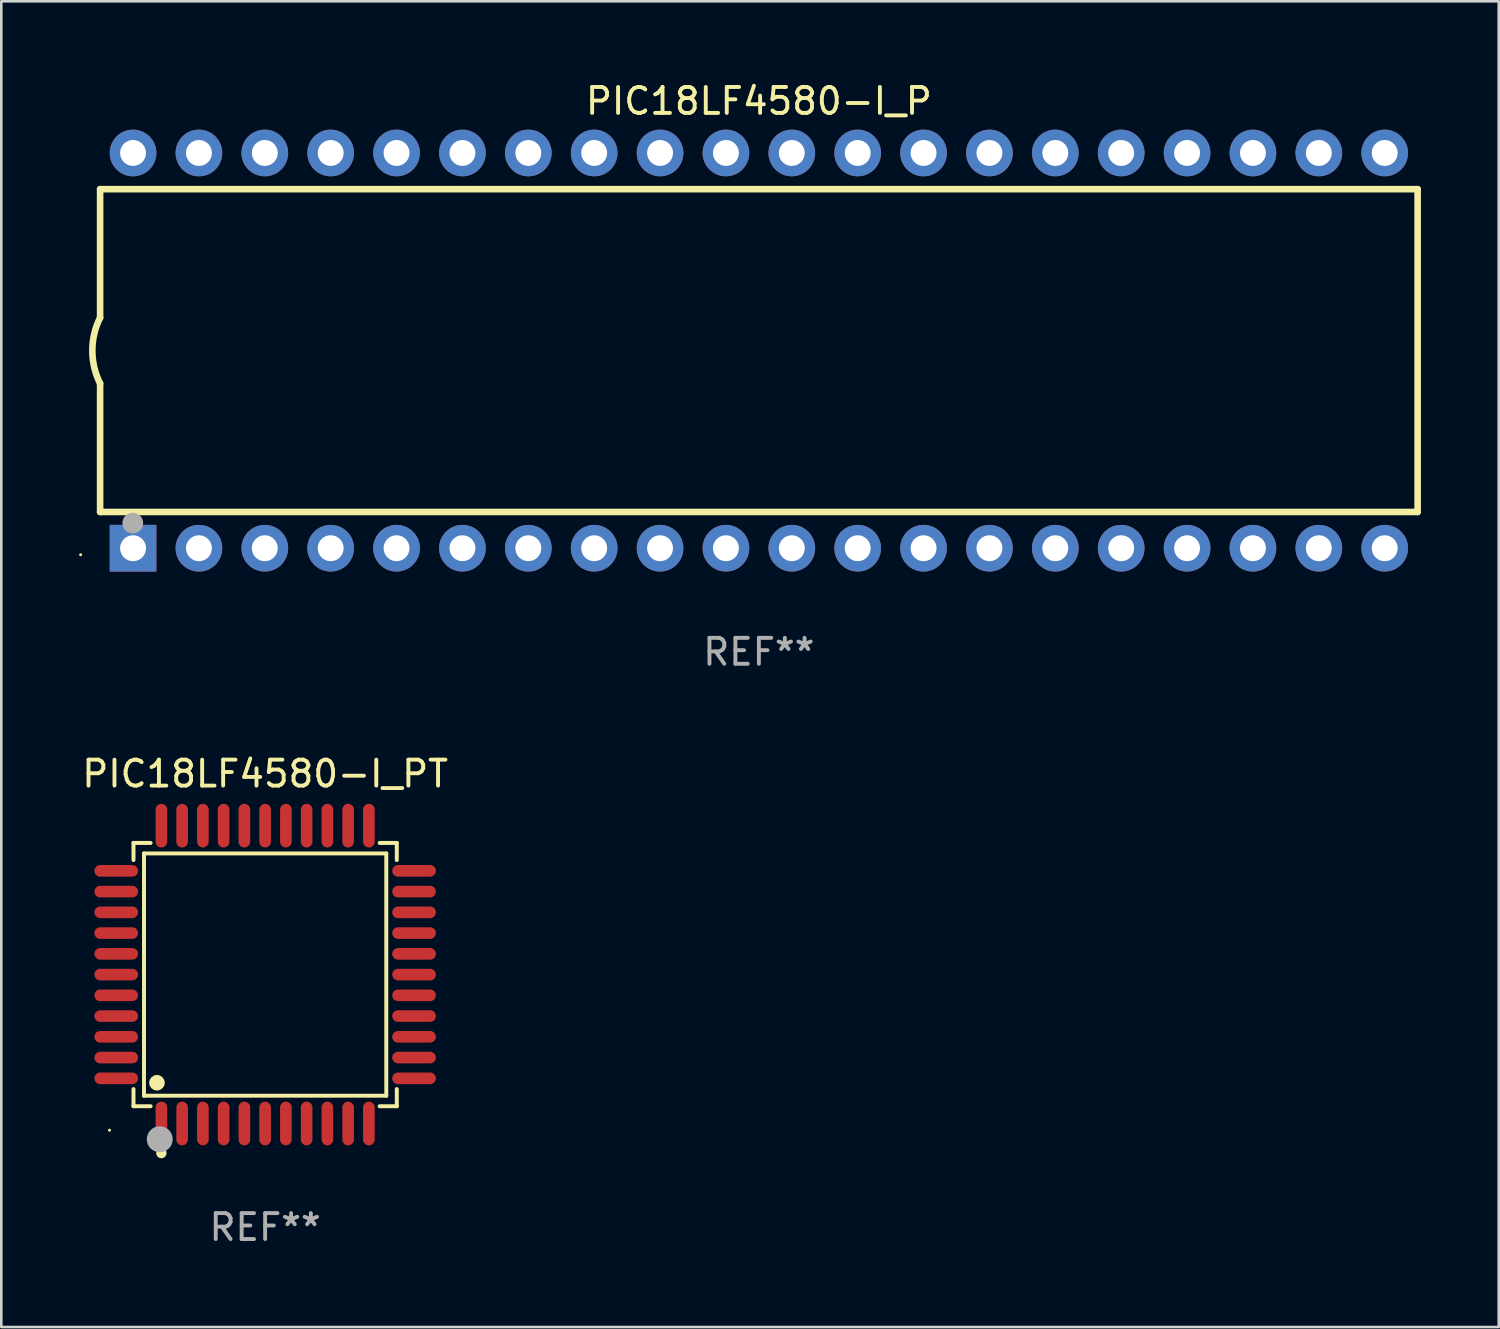
<source format=kicad_pcb>
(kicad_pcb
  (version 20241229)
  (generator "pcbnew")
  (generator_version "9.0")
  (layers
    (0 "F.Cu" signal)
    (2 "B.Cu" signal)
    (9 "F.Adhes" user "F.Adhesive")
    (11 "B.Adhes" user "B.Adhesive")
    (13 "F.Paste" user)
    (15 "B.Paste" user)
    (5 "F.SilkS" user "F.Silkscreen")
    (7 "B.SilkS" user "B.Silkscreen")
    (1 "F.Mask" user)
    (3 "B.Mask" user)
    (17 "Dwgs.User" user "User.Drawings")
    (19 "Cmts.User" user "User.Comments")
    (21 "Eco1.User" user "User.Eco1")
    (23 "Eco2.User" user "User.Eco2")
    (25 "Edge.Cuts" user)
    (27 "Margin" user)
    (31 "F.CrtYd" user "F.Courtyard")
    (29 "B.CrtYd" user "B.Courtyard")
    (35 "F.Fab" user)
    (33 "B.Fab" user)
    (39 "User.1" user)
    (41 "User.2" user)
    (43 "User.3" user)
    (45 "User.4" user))
  (footprint "PIC18LF4580-I_PT"
    (layer "F.Cu")
    (at 7.173 34.527)
    (property "Reference" "PIC18LF4580-I_PT" (at 0 -7.742 0) (layer "F.SilkS") (effects (font (size 1 1) (thickness 0.15))))
    (attr through_hole)
    (fp_line (start -5.076 -5.076) (end -4.415 -5.076) (stroke (width 0.152) (type solid)) (layer "F.SilkS"))
    (fp_line (start -5.076 -4.415) (end -5.076 -5.076) (stroke (width 0.152) (type solid)) (layer "F.SilkS"))
    (fp_line (start -5.076 4.415) (end -5.076 5.076) (stroke (width 0.152) (type solid)) (layer "F.SilkS"))
    (fp_line (start -5.076 5.076) (end -4.415 5.076) (stroke (width 0.152) (type solid)) (layer "F.SilkS"))
    (fp_line (start -4.671 -4.671) (end 4.671 -4.671) (stroke (width 0.152) (type solid)) (layer "F.SilkS"))
    (fp_line (start -4.671 4.671) (end -4.671 -4.671) (stroke (width 0.152) (type solid)) (layer "F.SilkS"))
    (fp_line (start 4.671 -4.671) (end 4.671 4.671) (stroke (width 0.152) (type solid)) (layer "F.SilkS"))
    (fp_line (start 4.671 4.671) (end -4.671 4.671) (stroke (width 0.152) (type solid)) (layer "F.SilkS"))
    (fp_line (start 5.076 -5.076) (end 4.415 -5.076) (stroke (width 0.152) (type solid)) (layer "F.SilkS"))
    (fp_line (start 5.076 -4.415) (end 5.076 -5.076) (stroke (width 0.152) (type solid)) (layer "F.SilkS"))
    (fp_line (start 5.076 4.415) (end 5.076 5.076) (stroke (width 0.152) (type solid)) (layer "F.SilkS"))
    (fp_line (start 5.076 5.076) (end 4.415 5.076) (stroke (width 0.152) (type solid)) (layer "F.SilkS"))
    (fp_circle (center -6 6) (end -5.97 6) (stroke (width 0.06) (type solid)) (fill no) (layer "F.SilkS"))
    (fp_circle (center -4.171 4.171) (end -4.021 4.171) (stroke (width 0.3) (type solid)) (fill no) (layer "F.SilkS"))
    (fp_circle (center -4 6.884) (end -3.9 6.884) (stroke (width 0.2) (type solid)) (fill no) (layer "F.SilkS"))
    (fp_circle (center -4.064 6.35) (end -3.814 6.35) (stroke (width 0.5) (type solid)) (fill no) (layer "F.Fab"))
    (fp_text user "REF**" (at 0 9.742 0) (layer "F.Fab") (effects (font (size 1 1) (thickness 0.15))))
    (pad "1" smd oval (at -4 5.742) (size 0.448 1.684) (layers "F.Cu" "F.Mask" "F.Paste"))
    (pad "2" smd oval (at -3.2 5.742) (size 0.448 1.684) (layers "F.Cu" "F.Mask" "F.Paste"))
    (pad "3" smd oval (at -2.4 5.742) (size 0.448 1.684) (layers "F.Cu" "F.Mask" "F.Paste"))
    (pad "4" smd oval (at -1.6 5.742) (size 0.448 1.684) (layers "F.Cu" "F.Mask" "F.Paste"))
    (pad "5" smd oval (at -0.8 5.742) (size 0.448 1.684) (layers "F.Cu" "F.Mask" "F.Paste"))
    (pad "6" smd oval (at 0 5.742) (size 0.448 1.684) (layers "F.Cu" "F.Mask" "F.Paste"))
    (pad "7" smd oval (at 0.8 5.742) (size 0.448 1.684) (layers "F.Cu" "F.Mask" "F.Paste"))
    (pad "8" smd oval (at 1.6 5.742) (size 0.448 1.684) (layers "F.Cu" "F.Mask" "F.Paste"))
    (pad "9" smd oval (at 2.4 5.742) (size 0.448 1.684) (layers "F.Cu" "F.Mask" "F.Paste"))
    (pad "10" smd oval (at 3.2 5.742) (size 0.448 1.684) (layers "F.Cu" "F.Mask" "F.Paste"))
    (pad "11" smd oval (at 4 5.742) (size 0.448 1.684) (layers "F.Cu" "F.Mask" "F.Paste"))
    (pad "12" smd oval (at 5.742 4) (size 1.684 0.448) (layers "F.Cu" "F.Mask" "F.Paste"))
    (pad "13" smd oval (at 5.742 3.2) (size 1.684 0.448) (layers "F.Cu" "F.Mask" "F.Paste"))
    (pad "14" smd oval (at 5.742 2.4) (size 1.684 0.448) (layers "F.Cu" "F.Mask" "F.Paste"))
    (pad "15" smd oval (at 5.742 1.6) (size 1.684 0.448) (layers "F.Cu" "F.Mask" "F.Paste"))
    (pad "16" smd oval (at 5.742 0.8) (size 1.684 0.448) (layers "F.Cu" "F.Mask" "F.Paste"))
    (pad "17" smd oval (at 5.742 0) (size 1.684 0.448) (layers "F.Cu" "F.Mask" "F.Paste"))
    (pad "18" smd oval (at 5.742 -0.8) (size 1.684 0.448) (layers "F.Cu" "F.Mask" "F.Paste"))
    (pad "19" smd oval (at 5.742 -1.6) (size 1.684 0.448) (layers "F.Cu" "F.Mask" "F.Paste"))
    (pad "20" smd oval (at 5.742 -2.4) (size 1.684 0.448) (layers "F.Cu" "F.Mask" "F.Paste"))
    (pad "21" smd oval (at 5.742 -3.2) (size 1.684 0.448) (layers "F.Cu" "F.Mask" "F.Paste"))
    (pad "22" smd oval (at 5.742 -4) (size 1.684 0.448) (layers "F.Cu" "F.Mask" "F.Paste"))
    (pad "23" smd oval (at 4 -5.742) (size 0.448 1.684) (layers "F.Cu" "F.Mask" "F.Paste"))
    (pad "24" smd oval (at 3.2 -5.742) (size 0.448 1.684) (layers "F.Cu" "F.Mask" "F.Paste"))
    (pad "25" smd oval (at 2.4 -5.742) (size 0.448 1.684) (layers "F.Cu" "F.Mask" "F.Paste"))
    (pad "26" smd oval (at 1.6 -5.742) (size 0.448 1.684) (layers "F.Cu" "F.Mask" "F.Paste"))
    (pad "27" smd oval (at 0.8 -5.742) (size 0.448 1.684) (layers "F.Cu" "F.Mask" "F.Paste"))
    (pad "28" smd oval (at 0 -5.742) (size 0.448 1.684) (layers "F.Cu" "F.Mask" "F.Paste"))
    (pad "29" smd oval (at -0.8 -5.742) (size 0.448 1.684) (layers "F.Cu" "F.Mask" "F.Paste"))
    (pad "30" smd oval (at -1.6 -5.742) (size 0.448 1.684) (layers "F.Cu" "F.Mask" "F.Paste"))
    (pad "31" smd oval (at -2.4 -5.742) (size 0.448 1.684) (layers "F.Cu" "F.Mask" "F.Paste"))
    (pad "32" smd oval (at -3.2 -5.742) (size 0.448 1.684) (layers "F.Cu" "F.Mask" "F.Paste"))
    (pad "33" smd oval (at -4 -5.742) (size 0.448 1.684) (layers "F.Cu" "F.Mask" "F.Paste"))
    (pad "34" smd oval (at -5.742 -4) (size 1.684 0.448) (layers "F.Cu" "F.Mask" "F.Paste"))
    (pad "35" smd oval (at -5.742 -3.2) (size 1.684 0.448) (layers "F.Cu" "F.Mask" "F.Paste"))
    (pad "36" smd oval (at -5.742 -2.4) (size 1.684 0.448) (layers "F.Cu" "F.Mask" "F.Paste"))
    (pad "37" smd oval (at -5.742 -1.6) (size 1.684 0.448) (layers "F.Cu" "F.Mask" "F.Paste"))
    (pad "38" smd oval (at -5.742 -0.8) (size 1.684 0.448) (layers "F.Cu" "F.Mask" "F.Paste"))
    (pad "39" smd oval (at -5.742 0) (size 1.684 0.448) (layers "F.Cu" "F.Mask" "F.Paste"))
    (pad "40" smd oval (at -5.742 0.8) (size 1.684 0.448) (layers "F.Cu" "F.Mask" "F.Paste"))
    (pad "41" smd oval (at -5.742 1.6) (size 1.684 0.448) (layers "F.Cu" "F.Mask" "F.Paste"))
    (pad "42" smd oval (at -5.742 2.4) (size 1.684 0.448) (layers "F.Cu" "F.Mask" "F.Paste"))
    (pad "43" smd oval (at -5.742 3.2) (size 1.684 0.448) (layers "F.Cu" "F.Mask" "F.Paste"))
    (pad "44" smd oval (at -5.742 4) (size 1.684 0.448) (layers "F.Cu" "F.Mask" "F.Paste")))
  (footprint "PIC18LF4580-I_P"
    (layer "F.Cu")
    (at 26.21 10.468)
    (property "Reference" "PIC18LF4580-I_P" (at 0 -9.62 0) (layer "F.SilkS") (effects (font (size 1 1) (thickness 0.15))))
    (attr through_hole)
    (fp_line (start -25.4 -6.224) (end -25.4 -1.271) (stroke (width 0.254) (type solid)) (layer "F.SilkS"))
    (fp_line (start -25.4 -6.224) (end 25.4 -6.224) (stroke (width 0.254) (type solid)) (layer "F.SilkS"))
    (fp_line (start -25.4 1.269) (end -25.4 6.222) (stroke (width 0.254) (type solid)) (layer "F.SilkS"))
    (fp_line (start -25.4 6.222) (end 25.4 6.222) (stroke (width 0.254) (type solid)) (layer "F.SilkS"))
    (fp_line (start 25.4 6.222) (end 25.4 -6.224) (stroke (width 0.254) (type solid)) (layer "F.SilkS"))
    (fp_arc (start -25.4 1.269241) (mid -25.699807 -0.000762) (end -25.4 -1.270765) (stroke (width 0.254001) (type solid)) (layer "F.SilkS"))
    (fp_circle (center -26.15 7.87) (end -26.12 7.87) (stroke (width 0.06) (type solid)) (fill no) (layer "F.SilkS"))
    (fp_circle (center -24.14 6.65) (end -23.94 6.65) (stroke (width 0.4) (type solid)) (fill no) (layer "F.Fab"))
    (fp_text user "REF**" (at 0 11.62 0) (layer "F.Fab") (effects (font (size 1 1) (thickness 0.15))))
    (pad "1" thru_hole rect (at -24.13 7.62 90) (size 1.8 1.8) (drill 1) (layers "*.Cu" "*.Mask"))
    (pad "2" thru_hole circle (at -21.59 7.62) (size 1.8 1.8) (drill 1) (layers "*.Cu" "*.Mask"))
    (pad "3" thru_hole circle (at -19.05 7.62) (size 1.8 1.8) (drill 1) (layers "*.Cu" "*.Mask"))
    (pad "4" thru_hole circle (at -16.51 7.62) (size 1.8 1.8) (drill 1) (layers "*.Cu" "*.Mask"))
    (pad "5" thru_hole circle (at -13.97 7.62) (size 1.8 1.8) (drill 1) (layers "*.Cu" "*.Mask"))
    (pad "6" thru_hole circle (at -11.43 7.62) (size 1.8 1.8) (drill 1) (layers "*.Cu" "*.Mask"))
    (pad "7" thru_hole circle (at -8.89 7.62) (size 1.8 1.8) (drill 1) (layers "*.Cu" "*.Mask"))
    (pad "8" thru_hole circle (at -6.35 7.62) (size 1.8 1.8) (drill 1) (layers "*.Cu" "*.Mask"))
    (pad "9" thru_hole circle (at -3.81 7.62) (size 1.8 1.8) (drill 1) (layers "*.Cu" "*.Mask"))
    (pad "10" thru_hole circle (at -1.27 7.62) (size 1.8 1.8) (drill 1) (layers "*.Cu" "*.Mask"))
    (pad "11" thru_hole circle (at 1.27 7.62) (size 1.8 1.8) (drill 1) (layers "*.Cu" "*.Mask"))
    (pad "12" thru_hole circle (at 3.81 7.62) (size 1.8 1.8) (drill 1) (layers "*.Cu" "*.Mask"))
    (pad "13" thru_hole circle (at 6.35 7.62) (size 1.8 1.8) (drill 1) (layers "*.Cu" "*.Mask"))
    (pad "14" thru_hole circle (at 8.89 7.62) (size 1.8 1.8) (drill 1) (layers "*.Cu" "*.Mask"))
    (pad "15" thru_hole circle (at 11.43 7.62) (size 1.8 1.8) (drill 1) (layers "*.Cu" "*.Mask"))
    (pad "16" thru_hole circle (at 13.97 7.62) (size 1.8 1.8) (drill 1) (layers "*.Cu" "*.Mask"))
    (pad "17" thru_hole circle (at 16.51 7.62) (size 1.8 1.8) (drill 1) (layers "*.Cu" "*.Mask"))
    (pad "18" thru_hole circle (at 19.05 7.62) (size 1.8 1.8) (drill 1) (layers "*.Cu" "*.Mask"))
    (pad "19" thru_hole circle (at 21.59 7.62) (size 1.8 1.8) (drill 1) (layers "*.Cu" "*.Mask"))
    (pad "20" thru_hole circle (at 24.13 7.62) (size 1.8 1.8) (drill 1) (layers "*.Cu" "*.Mask"))
    (pad "21" thru_hole circle (at 24.13 -7.62) (size 1.8 1.8) (drill 1) (layers "*.Cu" "*.Mask"))
    (pad "22" thru_hole circle (at 21.59 -7.62) (size 1.8 1.8) (drill 1) (layers "*.Cu" "*.Mask"))
    (pad "23" thru_hole circle (at 19.05 -7.62) (size 1.8 1.8) (drill 1) (layers "*.Cu" "*.Mask"))
    (pad "24" thru_hole circle (at 16.51 -7.62) (size 1.8 1.8) (drill 1) (layers "*.Cu" "*.Mask"))
    (pad "25" thru_hole circle (at 13.97 -7.62) (size 1.8 1.8) (drill 1) (layers "*.Cu" "*.Mask"))
    (pad "26" thru_hole circle (at 11.43 -7.62) (size 1.8 1.8) (drill 1) (layers "*.Cu" "*.Mask"))
    (pad "27" thru_hole circle (at 8.89 -7.62) (size 1.8 1.8) (drill 1) (layers "*.Cu" "*.Mask"))
    (pad "28" thru_hole circle (at 6.35 -7.62) (size 1.8 1.8) (drill 1) (layers "*.Cu" "*.Mask"))
    (pad "29" thru_hole circle (at 3.81 -7.62) (size 1.8 1.8) (drill 1) (layers "*.Cu" "*.Mask"))
    (pad "30" thru_hole circle (at 1.27 -7.62) (size 1.8 1.8) (drill 1) (layers "*.Cu" "*.Mask"))
    (pad "31" thru_hole circle (at -1.27 -7.62) (size 1.8 1.8) (drill 1) (layers "*.Cu" "*.Mask"))
    (pad "32" thru_hole circle (at -3.81 -7.62) (size 1.8 1.8) (drill 1) (layers "*.Cu" "*.Mask"))
    (pad "33" thru_hole circle (at -6.35 -7.62) (size 1.8 1.8) (drill 1) (layers "*.Cu" "*.Mask"))
    (pad "34" thru_hole circle (at -8.89 -7.62) (size 1.8 1.8) (drill 1) (layers "*.Cu" "*.Mask"))
    (pad "35" thru_hole circle (at -11.43 -7.62) (size 1.8 1.8) (drill 1) (layers "*.Cu" "*.Mask"))
    (pad "36" thru_hole circle (at -13.97 -7.62) (size 1.8 1.8) (drill 1) (layers "*.Cu" "*.Mask"))
    (pad "37" thru_hole circle (at -16.51 -7.62) (size 1.8 1.8) (drill 1) (layers "*.Cu" "*.Mask"))
    (pad "38" thru_hole circle (at -19.05 -7.62) (size 1.8 1.8) (drill 1) (layers "*.Cu" "*.Mask"))
    (pad "39" thru_hole circle (at -21.59 -7.62) (size 1.8 1.8) (drill 1) (layers "*.Cu" "*.Mask"))
    (pad "40" thru_hole circle (at -24.13 -7.62) (size 1.8 1.8) (drill 1) (layers "*.Cu" "*.Mask")))
  (gr_rect
    (start -3 -3)
    (end 54.737 48.117)
    (stroke (width 0.1) (type default))
    (fill no)
    (layer "Edge.Cuts")))
</source>
